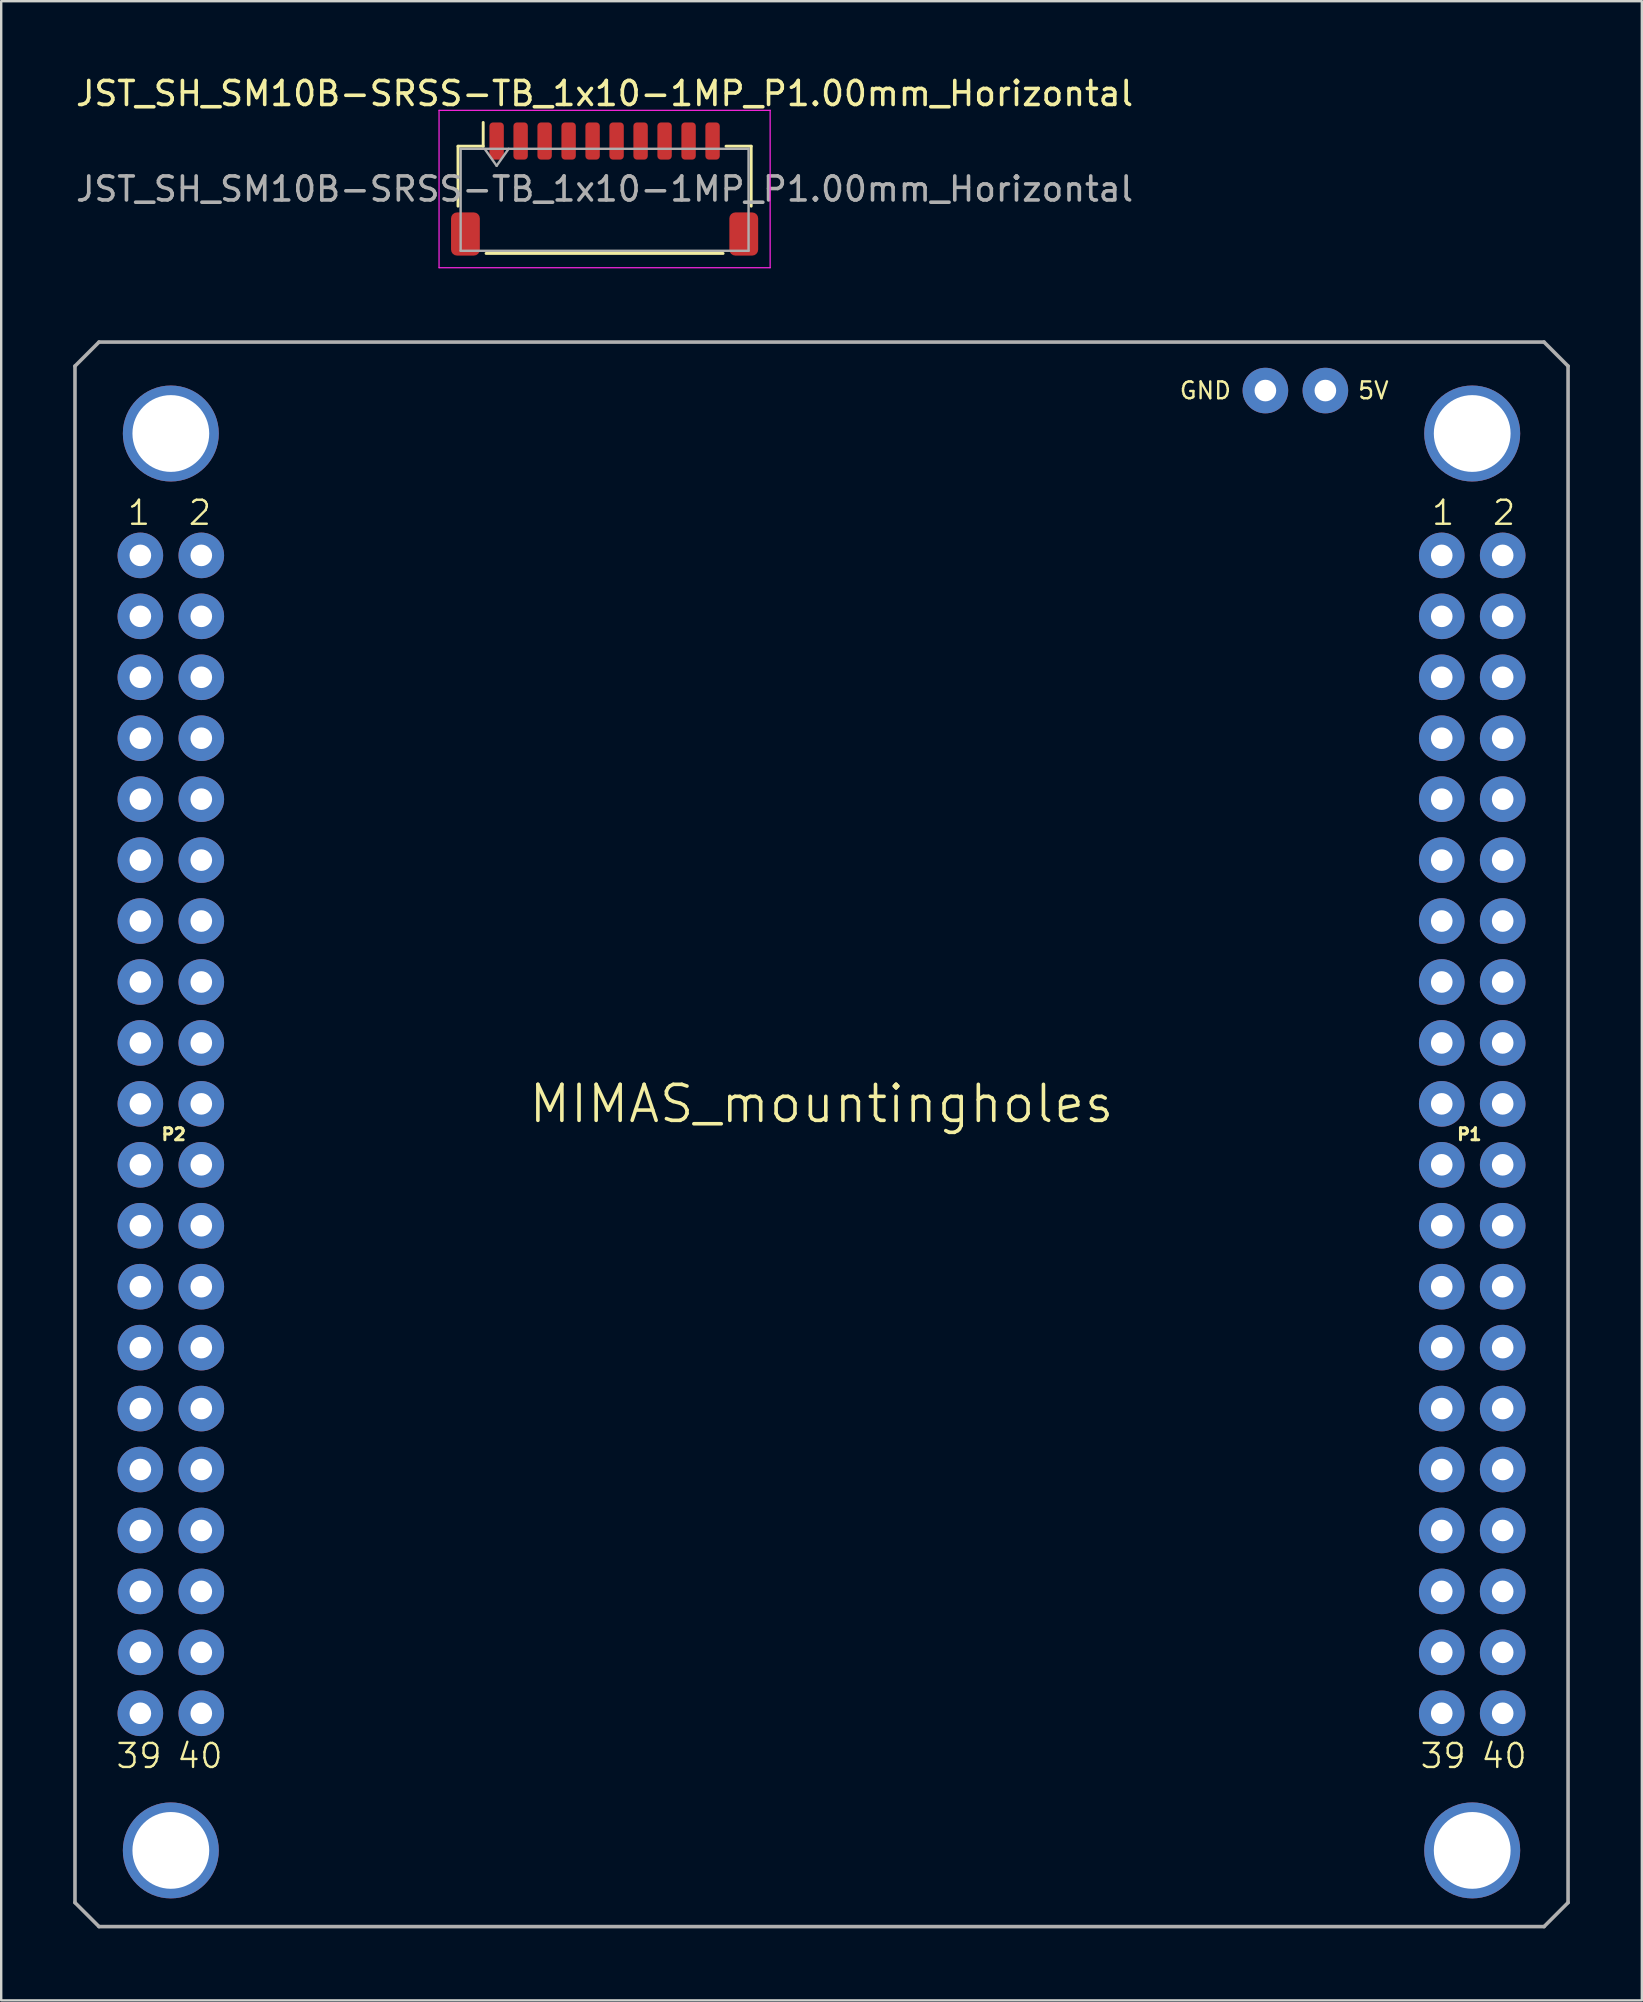
<source format=kicad_pcb>
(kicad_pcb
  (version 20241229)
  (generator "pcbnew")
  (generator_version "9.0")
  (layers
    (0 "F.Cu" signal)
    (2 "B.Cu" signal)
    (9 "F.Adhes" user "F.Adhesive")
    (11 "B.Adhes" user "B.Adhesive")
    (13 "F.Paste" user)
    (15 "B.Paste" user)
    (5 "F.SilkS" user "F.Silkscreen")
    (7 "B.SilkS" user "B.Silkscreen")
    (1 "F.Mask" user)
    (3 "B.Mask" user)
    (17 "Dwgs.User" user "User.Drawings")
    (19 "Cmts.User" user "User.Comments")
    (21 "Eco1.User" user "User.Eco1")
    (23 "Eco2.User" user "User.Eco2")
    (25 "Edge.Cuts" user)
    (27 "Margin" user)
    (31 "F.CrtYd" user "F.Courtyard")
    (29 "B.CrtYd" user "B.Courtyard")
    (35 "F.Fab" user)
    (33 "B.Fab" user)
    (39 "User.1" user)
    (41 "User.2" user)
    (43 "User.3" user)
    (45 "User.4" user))
  (footprint "JST_SH_SM10B-SRSS-TB_1x10-1MP_P1.00mm_Horizontal"
    (layer "F.Cu")
    (at 22.149 4.828)
    (property "Reference" "JST_SH_SM10B-SRSS-TB_1x10-1MP_P1.00mm_Horizontal" (at 0 -3.98 0) (layer "F.SilkS") (effects (font (size 1 1) (thickness 0.15))))
    (attr smd)
    (fp_line (start -6.11 -1.785) (end -5.06 -1.785) (stroke (width 0.12) (type solid)) (layer "F.SilkS"))
    (fp_line (start -6.11 0.715) (end -6.11 -1.785) (stroke (width 0.12) (type solid)) (layer "F.SilkS"))
    (fp_line (start -5.06 -1.785) (end -5.06 -2.775) (stroke (width 0.12) (type solid)) (layer "F.SilkS"))
    (fp_line (start -4.94 2.685) (end 4.94 2.685) (stroke (width 0.12) (type solid)) (layer "F.SilkS"))
    (fp_line (start 6.11 -1.785) (end 5.06 -1.785) (stroke (width 0.12) (type solid)) (layer "F.SilkS"))
    (fp_line (start 6.11 0.715) (end 6.11 -1.785) (stroke (width 0.12) (type solid)) (layer "F.SilkS"))
    (fp_line (start -6.9 -3.28) (end -6.9 3.28) (stroke (width 0.05) (type solid)) (layer "F.CrtYd"))
    (fp_line (start -6.9 3.28) (end 6.9 3.28) (stroke (width 0.05) (type solid)) (layer "F.CrtYd"))
    (fp_line (start 6.9 -3.28) (end -6.9 -3.28) (stroke (width 0.05) (type solid)) (layer "F.CrtYd"))
    (fp_line (start 6.9 3.28) (end 6.9 -3.28) (stroke (width 0.05) (type solid)) (layer "F.CrtYd"))
    (fp_line (start -6 -1.675) (end -6 2.575) (stroke (width 0.1) (type solid)) (layer "F.Fab"))
    (fp_line (start -6 -1.675) (end 6 -1.675) (stroke (width 0.1) (type solid)) (layer "F.Fab"))
    (fp_line (start -6 2.575) (end 6 2.575) (stroke (width 0.1) (type solid)) (layer "F.Fab"))
    (fp_line (start -5 -1.675) (end -4.5 -0.968) (stroke (width 0.1) (type solid)) (layer "F.Fab"))
    (fp_line (start -4.5 -0.968) (end -4 -1.675) (stroke (width 0.1) (type solid)) (layer "F.Fab"))
    (fp_line (start 6 -1.675) (end 6 2.575) (stroke (width 0.1) (type solid)) (layer "F.Fab"))
    (fp_text user "${REFERENCE}" (at 0 0 0) (layer "F.Fab") (effects (font (size 1 1) (thickness 0.15))))
    (pad "1" smd roundrect (at -4.5 -2) (size 0.6 1.55) (layers "F.Cu" "F.Mask" "F.Paste") (roundrect_rratio 0.25))
    (pad "2" smd roundrect (at -3.5 -2) (size 0.6 1.55) (layers "F.Cu" "F.Mask" "F.Paste") (roundrect_rratio 0.25))
    (pad "3" smd roundrect (at -2.5 -2) (size 0.6 1.55) (layers "F.Cu" "F.Mask" "F.Paste") (roundrect_rratio 0.25))
    (pad "4" smd roundrect (at -1.5 -2) (size 0.6 1.55) (layers "F.Cu" "F.Mask" "F.Paste") (roundrect_rratio 0.25))
    (pad "5" smd roundrect (at -0.5 -2) (size 0.6 1.55) (layers "F.Cu" "F.Mask" "F.Paste") (roundrect_rratio 0.25))
    (pad "6" smd roundrect (at 0.5 -2) (size 0.6 1.55) (layers "F.Cu" "F.Mask" "F.Paste") (roundrect_rratio 0.25))
    (pad "7" smd roundrect (at 1.5 -2) (size 0.6 1.55) (layers "F.Cu" "F.Mask" "F.Paste") (roundrect_rratio 0.25))
    (pad "8" smd roundrect (at 2.5 -2) (size 0.6 1.55) (layers "F.Cu" "F.Mask" "F.Paste") (roundrect_rratio 0.25))
    (pad "9" smd roundrect (at 3.5 -2) (size 0.6 1.55) (layers "F.Cu" "F.Mask" "F.Paste") (roundrect_rratio 0.25))
    (pad "10" smd roundrect (at 4.5 -2) (size 0.6 1.55) (layers "F.Cu" "F.Mask" "F.Paste") (roundrect_rratio 0.25))
    (pad "MP" smd roundrect (at -5.8 1.875) (size 1.2 1.8) (layers "F.Cu" "F.Mask" "F.Paste") (roundrect_rratio 0.208))
    (pad "MP" smd roundrect (at 5.8 1.875) (size 1.2 1.8) (layers "F.Cu" "F.Mask" "F.Paste") (roundrect_rratio 0.208)))
  (footprint "MIMAS_mountingholes"
    (layer "F.Cu")
    (at 31.19 44.228)
    (property "Reference" "MIMAS_mountingholes" (at 0 -1.27 0) (layer "F.SilkS") (effects (font (size 1.5 1.5) (thickness 0.15))))
    (attr through_hole)
    (fp_line (start -31.115 -32.02) (end -30.115 -33.02) (stroke (width 0.15) (type solid)) (layer "F.Fab"))
    (fp_line (start -31.115 32.02) (end -31.115 -32.02) (stroke (width 0.15) (type solid)) (layer "F.Fab"))
    (fp_line (start -31.115 32.02) (end -30.115 33.02) (stroke (width 0.15) (type solid)) (layer "F.Fab"))
    (fp_line (start -30.115 -33.02) (end 30.115 -33.02) (stroke (width 0.15) (type solid)) (layer "F.Fab"))
    (fp_line (start 30.115 -33.02) (end 31.115 -32.02) (stroke (width 0.15) (type solid)) (layer "F.Fab"))
    (fp_line (start 30.115 33.02) (end -30.115 33.02) (stroke (width 0.15) (type solid)) (layer "F.Fab"))
    (fp_line (start 30.115 33.02) (end 31.115 32.02) (stroke (width 0.15) (type solid)) (layer "F.Fab"))
    (fp_line (start 31.115 -32.02) (end 31.115 32.02) (stroke (width 0.15) (type solid)) (layer "F.Fab"))
    (fp_text user "2" (at -25.908 -25.908 0) (layer "F.SilkS") (effects (font (size 1 1) (thickness 0.1))))
    (fp_text user "40" (at 28.448 25.908 0) (layer "F.SilkS") (effects (font (size 1 1) (thickness 0.1))))
    (fp_text user "39" (at 25.908 25.908 0) (layer "F.SilkS") (effects (font (size 1 1) (thickness 0.1))))
    (fp_text user "40" (at -25.908 25.908 0) (layer "F.SilkS") (effects (font (size 1 1) (thickness 0.1))))
    (fp_text user "2" (at 28.448 -25.908 0) (layer "F.SilkS") (effects (font (size 1 1) (thickness 0.1))))
    (fp_text user "1" (at 25.908 -25.908 0) (layer "F.SilkS") (effects (font (size 1 1) (thickness 0.1))))
    (fp_text user "39" (at -28.448 25.908 0) (layer "F.SilkS") (effects (font (size 1 1) (thickness 0.1))))
    (fp_text user "GND" (at 16 -31 0) (layer "F.SilkS") (effects (font (size 0.7 0.7) (thickness 0.1))))
    (fp_text user "P2" (at -27 0 0) (layer "F.SilkS") (effects (font (size 0.5 0.5) (thickness 0.125))))
    (fp_text user "1" (at -28.448 -25.908 0) (layer "F.SilkS") (effects (font (size 1 1) (thickness 0.1))))
    (fp_text user "5V" (at 23 -31 0) (layer "F.SilkS") (effects (font (size 0.7 0.7) (thickness 0.1))))
    (fp_text user "P1" (at 27 0 0) (layer "F.SilkS") (effects (font (size 0.5 0.5) (thickness 0.125))))
    (pad "" thru_hole circle (at -27.12 -29.21) (size 4 4) (drill 3.2) (layers "*.Cu" "*.Mask"))
    (pad "" thru_hole circle (at -27.12 29.845) (size 4 4) (drill 3.2) (layers "*.Cu" "*.Mask"))
    (pad "" thru_hole circle (at 27.12 -29.21) (size 4 4) (drill 3.2) (layers "*.Cu" "*.Mask"))
    (pad "" thru_hole circle (at 27.12 29.845) (size 4 4) (drill 3.2) (layers "*.Cu" "*.Mask"))
    (pad "1-1" thru_hole circle (at 25.85 -24.13) (size 1.9 1.9) (drill 0.9) (layers "*.Cu" "*.Mask"))
    (pad "1-2" thru_hole circle (at 28.39 -24.13) (size 1.9 1.9) (drill 0.9) (layers "*.Cu" "*.Mask"))
    (pad "1-3" thru_hole circle (at 25.85 -21.59) (size 1.9 1.9) (drill 0.9) (layers "*.Cu" "*.Mask"))
    (pad "1-4" thru_hole circle (at 28.39 -21.59) (size 1.9 1.9) (drill 0.9) (layers "*.Cu" "*.Mask"))
    (pad "1-5" thru_hole circle (at 25.85 -19.05) (size 1.9 1.9) (drill 0.9) (layers "*.Cu" "*.Mask"))
    (pad "1-6" thru_hole circle (at 28.39 -19.05) (size 1.9 1.9) (drill 0.9) (layers "*.Cu" "*.Mask"))
    (pad "1-7" thru_hole circle (at 25.85 -16.51) (size 1.9 1.9) (drill 0.9) (layers "*.Cu" "*.Mask"))
    (pad "1-8" thru_hole circle (at 28.39 -16.51) (size 1.9 1.9) (drill 0.9) (layers "*.Cu" "*.Mask"))
    (pad "1-9" thru_hole circle (at 25.85 -13.97) (size 1.9 1.9) (drill 0.9) (layers "*.Cu" "*.Mask"))
    (pad "1-10" thru_hole circle (at 28.39 -13.97) (size 1.9 1.9) (drill 0.9) (layers "*.Cu" "*.Mask"))
    (pad "1-11" thru_hole circle (at 25.85 -11.43) (size 1.9 1.9) (drill 0.9) (layers "*.Cu" "*.Mask"))
    (pad "1-12" thru_hole circle (at 28.39 -11.43) (size 1.9 1.9) (drill 0.9) (layers "*.Cu" "*.Mask"))
    (pad "1-13" thru_hole circle (at 25.85 -8.89) (size 1.9 1.9) (drill 0.9) (layers "*.Cu" "*.Mask"))
    (pad "1-14" thru_hole circle (at 28.39 -8.89) (size 1.9 1.9) (drill 0.9) (layers "*.Cu" "*.Mask"))
    (pad "1-15" thru_hole circle (at 25.85 -6.35) (size 1.9 1.9) (drill 0.9) (layers "*.Cu" "*.Mask"))
    (pad "1-16" thru_hole circle (at 28.39 -6.35) (size 1.9 1.9) (drill 0.9) (layers "*.Cu" "*.Mask"))
    (pad "1-17" thru_hole circle (at 25.85 -3.81) (size 1.9 1.9) (drill 0.9) (layers "*.Cu" "*.Mask"))
    (pad "1-18" thru_hole circle (at 28.39 -3.81) (size 1.9 1.9) (drill 0.9) (layers "*.Cu" "*.Mask"))
    (pad "1-19" thru_hole circle (at 25.85 -1.27) (size 1.9 1.9) (drill 0.9) (layers "*.Cu" "*.Mask"))
    (pad "1-20" thru_hole circle (at 28.39 -1.27) (size 1.9 1.9) (drill 0.9) (layers "*.Cu" "*.Mask"))
    (pad "1-21" thru_hole circle (at 25.85 1.27) (size 1.9 1.9) (drill 0.9) (layers "*.Cu" "*.Mask"))
    (pad "1-22" thru_hole circle (at 28.39 1.27) (size 1.9 1.9) (drill 0.9) (layers "*.Cu" "*.Mask"))
    (pad "1-23" thru_hole circle (at 25.85 3.81) (size 1.9 1.9) (drill 0.9) (layers "*.Cu" "*.Mask"))
    (pad "1-24" thru_hole circle (at 28.39 3.81) (size 1.9 1.9) (drill 0.9) (layers "*.Cu" "*.Mask"))
    (pad "1-25" thru_hole circle (at 25.85 6.35) (size 1.9 1.9) (drill 0.9) (layers "*.Cu" "*.Mask"))
    (pad "1-26" thru_hole circle (at 28.39 6.35) (size 1.9 1.9) (drill 0.9) (layers "*.Cu" "*.Mask"))
    (pad "1-27" thru_hole circle (at 25.85 8.89) (size 1.9 1.9) (drill 0.9) (layers "*.Cu" "*.Mask"))
    (pad "1-28" thru_hole circle (at 28.39 8.89) (size 1.9 1.9) (drill 0.9) (layers "*.Cu" "*.Mask"))
    (pad "1-29" thru_hole circle (at 25.85 11.43) (size 1.9 1.9) (drill 0.9) (layers "*.Cu" "*.Mask"))
    (pad "1-30" thru_hole circle (at 28.39 11.43) (size 1.9 1.9) (drill 0.9) (layers "*.Cu" "*.Mask"))
    (pad "1-31" thru_hole circle (at 25.85 13.97) (size 1.9 1.9) (drill 0.9) (layers "*.Cu" "*.Mask"))
    (pad "1-32" thru_hole circle (at 28.39 13.97) (size 1.9 1.9) (drill 0.9) (layers "*.Cu" "*.Mask"))
    (pad "1-33" thru_hole circle (at 25.85 16.51) (size 1.9 1.9) (drill 0.9) (layers "*.Cu" "*.Mask"))
    (pad "1-34" thru_hole circle (at 28.39 16.51) (size 1.9 1.9) (drill 0.9) (layers "*.Cu" "*.Mask"))
    (pad "1-35" thru_hole circle (at 25.85 19.05) (size 1.9 1.9) (drill 0.9) (layers "*.Cu" "*.Mask"))
    (pad "1-36" thru_hole circle (at 28.39 19.05) (size 1.9 1.9) (drill 0.9) (layers "*.Cu" "*.Mask"))
    (pad "1-37" thru_hole circle (at 25.85 21.59) (size 1.9 1.9) (drill 0.9) (layers "*.Cu" "*.Mask"))
    (pad "1-38" thru_hole circle (at 28.39 21.59) (size 1.9 1.9) (drill 0.9) (layers "*.Cu" "*.Mask"))
    (pad "1-39" thru_hole circle (at 25.85 24.13) (size 1.9 1.9) (drill 0.9) (layers "*.Cu" "*.Mask"))
    (pad "1-40" thru_hole circle (at 28.39 24.13) (size 1.9 1.9) (drill 0.9) (layers "*.Cu" "*.Mask"))
    (pad "2-1" thru_hole circle (at -28.39 -24.13) (size 1.9 1.9) (drill 0.9) (layers "*.Cu" "*.Mask"))
    (pad "2-2" thru_hole circle (at -25.85 -24.13) (size 1.9 1.9) (drill 0.9) (layers "*.Cu" "*.Mask"))
    (pad "2-3" thru_hole circle (at -28.39 -21.59) (size 1.9 1.9) (drill 0.9) (layers "*.Cu" "*.Mask"))
    (pad "2-4" thru_hole circle (at -25.85 -21.59) (size 1.9 1.9) (drill 0.9) (layers "*.Cu" "*.Mask"))
    (pad "2-5" thru_hole circle (at -28.39 -19.05) (size 1.9 1.9) (drill 0.9) (layers "*.Cu" "*.Mask"))
    (pad "2-6" thru_hole circle (at -25.85 -19.05) (size 1.9 1.9) (drill 0.9) (layers "*.Cu" "*.Mask"))
    (pad "2-7" thru_hole circle (at -28.39 -16.51) (size 1.9 1.9) (drill 0.9) (layers "*.Cu" "*.Mask"))
    (pad "2-8" thru_hole circle (at -25.85 -16.51) (size 1.9 1.9) (drill 0.9) (layers "*.Cu" "*.Mask"))
    (pad "2-9" thru_hole circle (at -28.39 -13.97) (size 1.9 1.9) (drill 0.9) (layers "*.Cu" "*.Mask"))
    (pad "2-10" thru_hole circle (at -25.85 -13.97) (size 1.9 1.9) (drill 0.9) (layers "*.Cu" "*.Mask"))
    (pad "2-11" thru_hole circle (at -28.39 -11.43) (size 1.9 1.9) (drill 0.9) (layers "*.Cu" "*.Mask"))
    (pad "2-12" thru_hole circle (at -25.85 -11.43) (size 1.9 1.9) (drill 0.9) (layers "*.Cu" "*.Mask"))
    (pad "2-13" thru_hole circle (at -28.39 -8.89) (size 1.9 1.9) (drill 0.9) (layers "*.Cu" "*.Mask"))
    (pad "2-14" thru_hole circle (at -25.85 -8.89) (size 1.9 1.9) (drill 0.9) (layers "*.Cu" "*.Mask"))
    (pad "2-15" thru_hole circle (at -28.39 -6.35) (size 1.9 1.9) (drill 0.9) (layers "*.Cu" "*.Mask"))
    (pad "2-16" thru_hole circle (at -25.85 -6.35) (size 1.9 1.9) (drill 0.9) (layers "*.Cu" "*.Mask"))
    (pad "2-17" thru_hole circle (at -28.39 -3.81) (size 1.9 1.9) (drill 0.9) (layers "*.Cu" "*.Mask"))
    (pad "2-18" thru_hole circle (at -25.85 -3.81) (size 1.9 1.9) (drill 0.9) (layers "*.Cu" "*.Mask"))
    (pad "2-19" thru_hole circle (at -28.39 -1.27) (size 1.9 1.9) (drill 0.9) (layers "*.Cu" "*.Mask"))
    (pad "2-20" thru_hole circle (at -25.85 -1.27) (size 1.9 1.9) (drill 0.9) (layers "*.Cu" "*.Mask"))
    (pad "2-21" thru_hole circle (at -28.39 1.27) (size 1.9 1.9) (drill 0.9) (layers "*.Cu" "*.Mask"))
    (pad "2-22" thru_hole circle (at -25.85 1.27) (size 1.9 1.9) (drill 0.9) (layers "*.Cu" "*.Mask"))
    (pad "2-23" thru_hole circle (at -28.39 3.81) (size 1.9 1.9) (drill 0.9) (layers "*.Cu" "*.Mask"))
    (pad "2-24" thru_hole circle (at -25.85 3.81) (size 1.9 1.9) (drill 0.9) (layers "*.Cu" "*.Mask"))
    (pad "2-25" thru_hole circle (at -28.39 6.35) (size 1.9 1.9) (drill 0.9) (layers "*.Cu" "*.Mask"))
    (pad "2-26" thru_hole circle (at -25.85 6.35) (size 1.9 1.9) (drill 0.9) (layers "*.Cu" "*.Mask"))
    (pad "2-27" thru_hole circle (at -28.39 8.89) (size 1.9 1.9) (drill 0.9) (layers "*.Cu" "*.Mask"))
    (pad "2-28" thru_hole circle (at -25.85 8.89) (size 1.9 1.9) (drill 0.9) (layers "*.Cu" "*.Mask"))
    (pad "2-29" thru_hole circle (at -28.39 11.43) (size 1.9 1.9) (drill 0.9) (layers "*.Cu" "*.Mask"))
    (pad "2-30" thru_hole circle (at -25.85 11.43) (size 1.9 1.9) (drill 0.9) (layers "*.Cu" "*.Mask"))
    (pad "2-31" thru_hole circle (at -28.39 13.97) (size 1.9 1.9) (drill 0.9) (layers "*.Cu" "*.Mask"))
    (pad "2-32" thru_hole circle (at -25.85 13.97) (size 1.9 1.9) (drill 0.9) (layers "*.Cu" "*.Mask"))
    (pad "2-33" thru_hole circle (at -28.39 16.51) (size 1.9 1.9) (drill 0.9) (layers "*.Cu" "*.Mask"))
    (pad "2-34" thru_hole circle (at -25.85 16.51) (size 1.9 1.9) (drill 0.9) (layers "*.Cu" "*.Mask"))
    (pad "2-35" thru_hole circle (at -28.39 19.05) (size 1.9 1.9) (drill 0.9) (layers "*.Cu" "*.Mask"))
    (pad "2-36" thru_hole circle (at -25.85 19.05) (size 1.9 1.9) (drill 0.9) (layers "*.Cu" "*.Mask"))
    (pad "2-37" thru_hole circle (at -28.39 21.59) (size 1.9 1.9) (drill 0.9) (layers "*.Cu" "*.Mask"))
    (pad "2-38" thru_hole circle (at -25.85 21.59) (size 1.9 1.9) (drill 0.9) (layers "*.Cu" "*.Mask"))
    (pad "2-39" thru_hole circle (at -28.39 24.13) (size 1.9 1.9) (drill 0.9) (layers "*.Cu" "*.Mask"))
    (pad "2-40" thru_hole circle (at -25.85 24.13) (size 1.9 1.9) (drill 0.9) (layers "*.Cu" "*.Mask"))
    (pad "41" thru_hole circle (at 21 -31) (size 1.9 1.9) (drill 0.9) (layers "*.Cu" "*.Mask"))
    (pad "42" thru_hole circle (at 18.5 -31) (size 1.9 1.9) (drill 0.9) (layers "*.Cu" "*.Mask")))
  (gr_rect
    (start -3 -3)
    (end 65.38 80.323)
    (stroke (width 0.1) (type default))
    (fill no)
    (layer "Edge.Cuts")))
</source>
